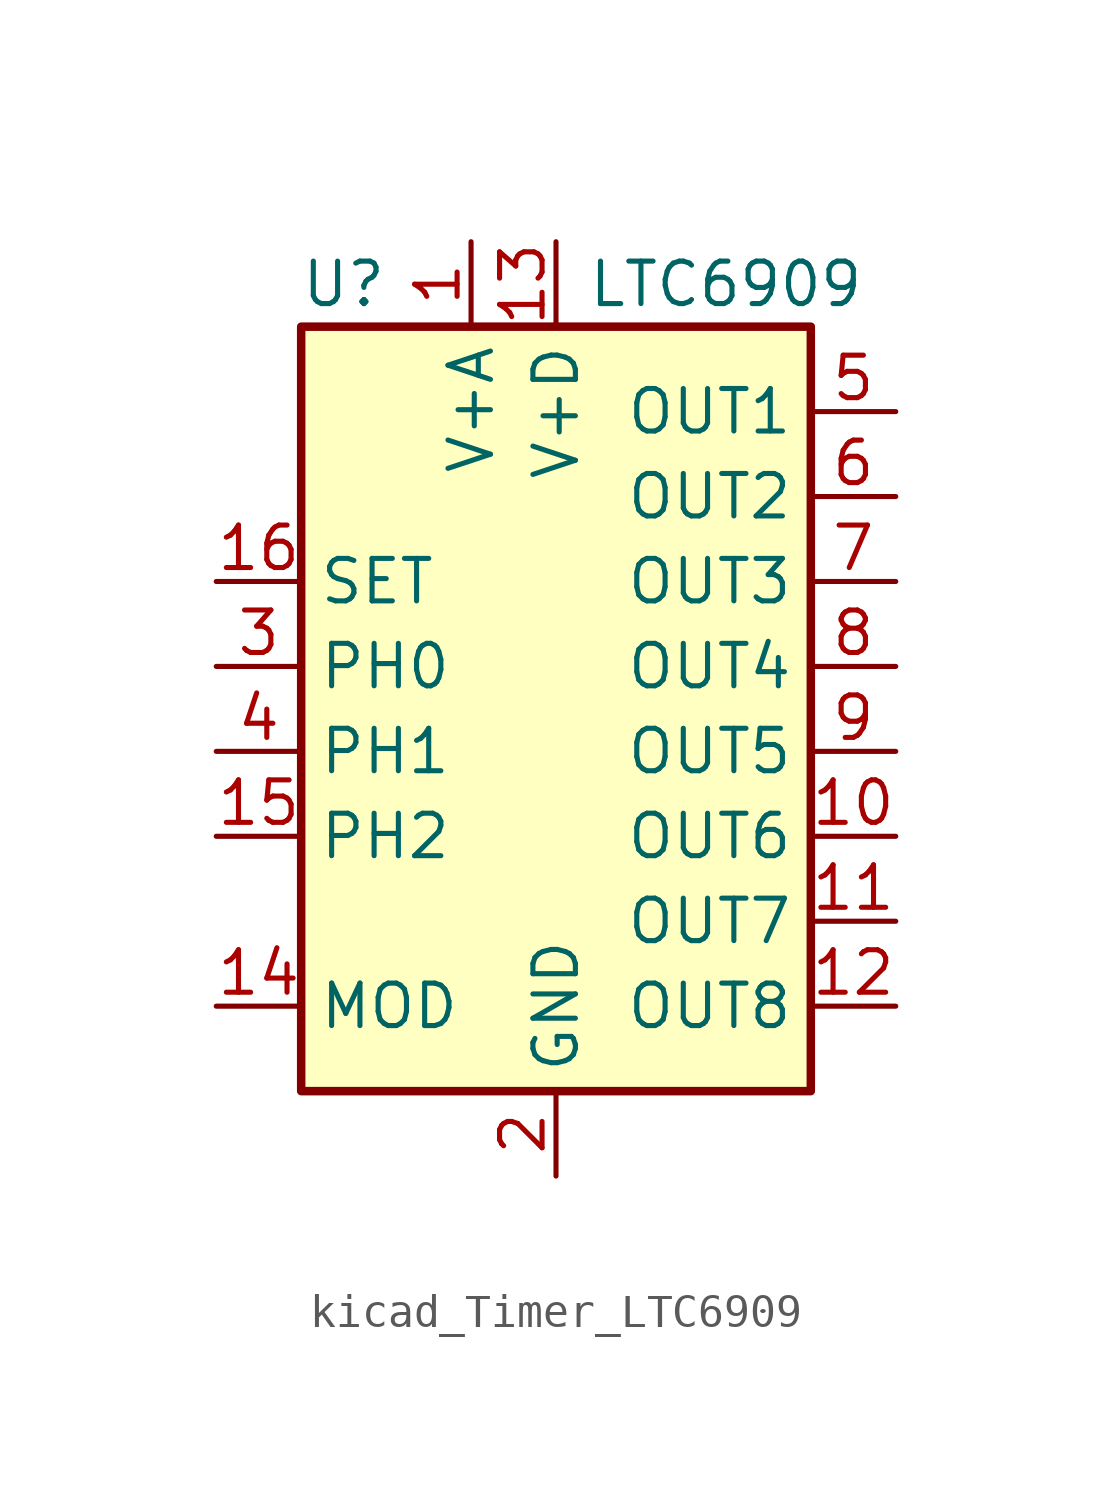
<source format=kicad_sym>
(kicad_symbol_lib
  (version 20220914)
  (generator kicad_symbol_editor)
  (symbol "kicad_Timer_LTC6909"
    (property "Reference" "U"
      (at -6.35 11.43 0)
      (effects (font (size 1.27 1.27))))
    (property "Value" "LTC6909"
      (at 5.08 11.43 0)
      (effects (font (size 1.27 1.27))))
    (symbol "kicad_Timer_LTC6909_0_1"
      (rectangle (start -7.62 10.16) (end 7.62 -12.7) (stroke (width 0.254) (type default)) (fill (type background))))
    (symbol "kicad_Timer_LTC6909_1_1"
      (pin power_in line (at -2.54 12.7 270) (length 2.54) (name "V+A" (effects (font (size 1.27 1.27)))) (number "1" (effects (font (size 1.27 1.27)))))
      (pin tri_state line (at 10.16 -5.08 180) (length 2.54) (name "OUT6" (effects (font (size 1.27 1.27)))) (number "10" (effects (font (size 1.27 1.27)))))
      (pin tri_state line (at 10.16 -7.62 180) (length 2.54) (name "OUT7" (effects (font (size 1.27 1.27)))) (number "11" (effects (font (size 1.27 1.27)))))
      (pin tri_state line (at 10.16 -10.16 180) (length 2.54) (name "OUT8" (effects (font (size 1.27 1.27)))) (number "12" (effects (font (size 1.27 1.27)))))
      (pin power_in line (at 0 12.7 270) (length 2.54) (name "V+D" (effects (font (size 1.27 1.27)))) (number "13" (effects (font (size 1.27 1.27)))))
      (pin passive line (at -10.16 -10.16 0) (length 2.54) (name "MOD" (effects (font (size 1.27 1.27)))) (number "14" (effects (font (size 1.27 1.27)))))
      (pin input line (at -10.16 -5.08 0) (length 2.54) (name "PH2" (effects (font (size 1.27 1.27)))) (number "15" (effects (font (size 1.27 1.27)))))
      (pin passive line (at -10.16 2.54 0) (length 2.54) (name "SET" (effects (font (size 1.27 1.27)))) (number "16" (effects (font (size 1.27 1.27)))))
      (pin power_in line (at 0 -15.24 90) (length 2.54) (name "GND" (effects (font (size 1.27 1.27)))) (number "2" (effects (font (size 1.27 1.27)))))
      (pin input line (at -10.16 0 0) (length 2.54) (name "PH0" (effects (font (size 1.27 1.27)))) (number "3" (effects (font (size 1.27 1.27)))))
      (pin input line (at -10.16 -2.54 0) (length 2.54) (name "PH1" (effects (font (size 1.27 1.27)))) (number "4" (effects (font (size 1.27 1.27)))))
      (pin tri_state line (at 10.16 7.62 180) (length 2.54) (name "OUT1" (effects (font (size 1.27 1.27)))) (number "5" (effects (font (size 1.27 1.27)))))
      (pin tri_state line (at 10.16 5.08 180) (length 2.54) (name "OUT2" (effects (font (size 1.27 1.27)))) (number "6" (effects (font (size 1.27 1.27)))))
      (pin tri_state line (at 10.16 2.54 180) (length 2.54) (name "OUT3" (effects (font (size 1.27 1.27)))) (number "7" (effects (font (size 1.27 1.27)))))
      (pin tri_state line (at 10.16 0 180) (length 2.54) (name "OUT4" (effects (font (size 1.27 1.27)))) (number "8" (effects (font (size 1.27 1.27)))))
      (pin tri_state line (at 10.16 -2.54 180) (length 2.54) (name "OUT5" (effects (font (size 1.27 1.27)))) (number "9" (effects (font (size 1.27 1.27))))))))
</source>
